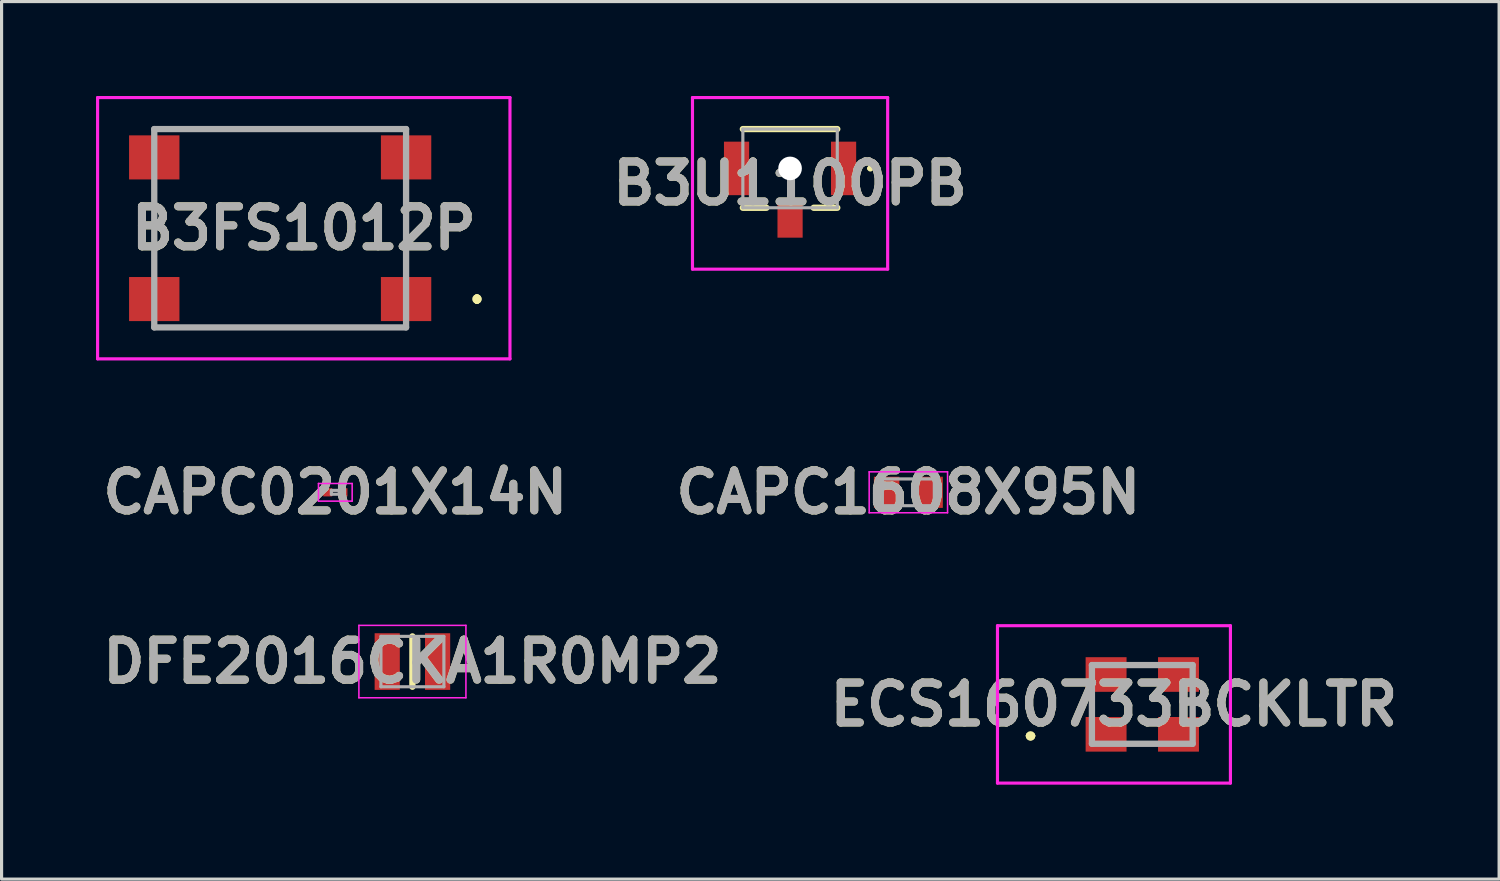
<source format=kicad_pcb>
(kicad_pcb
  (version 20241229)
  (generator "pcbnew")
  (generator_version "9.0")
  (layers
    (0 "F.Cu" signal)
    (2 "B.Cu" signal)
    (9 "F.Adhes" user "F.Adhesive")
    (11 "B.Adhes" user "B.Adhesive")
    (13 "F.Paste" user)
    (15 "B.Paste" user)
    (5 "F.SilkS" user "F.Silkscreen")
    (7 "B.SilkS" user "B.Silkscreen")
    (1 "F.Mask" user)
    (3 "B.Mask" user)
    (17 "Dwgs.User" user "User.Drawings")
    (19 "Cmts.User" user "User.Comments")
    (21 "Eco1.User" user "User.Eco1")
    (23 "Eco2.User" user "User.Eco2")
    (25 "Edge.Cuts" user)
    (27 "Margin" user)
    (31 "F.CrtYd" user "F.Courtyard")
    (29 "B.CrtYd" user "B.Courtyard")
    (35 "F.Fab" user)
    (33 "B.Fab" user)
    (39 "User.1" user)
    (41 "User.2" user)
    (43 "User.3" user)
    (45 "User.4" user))
  (footprint "DFE2016CKA1R0MP2"
    (layer "F.Cu")
    (at 10.051 17.966)
    (property "Reference" "DFE2016CKA1R0MP2" (at 0 0 0) (layer "F.SilkS") (effects (font (size 1.27 1.27) (thickness 0.254))))
    (attr smd)
    (fp_line (start 0 -0.8) (end 0 0.8) (stroke (width 0.2) (type solid)) (layer "F.SilkS"))
    (fp_line (start -1.7 -1.15) (end 1.7 -1.15) (stroke (width 0.05) (type solid)) (layer "F.CrtYd"))
    (fp_line (start -1.7 1.15) (end -1.7 -1.15) (stroke (width 0.05) (type solid)) (layer "F.CrtYd"))
    (fp_line (start 1.7 -1.15) (end 1.7 1.15) (stroke (width 0.05) (type solid)) (layer "F.CrtYd"))
    (fp_line (start 1.7 1.15) (end -1.7 1.15) (stroke (width 0.05) (type solid)) (layer "F.CrtYd"))
    (fp_line (start -1 -0.8) (end 1 -0.8) (stroke (width 0.1) (type solid)) (layer "F.Fab"))
    (fp_line (start -1 0.8) (end -1 -0.8) (stroke (width 0.1) (type solid)) (layer "F.Fab"))
    (fp_line (start 1 -0.8) (end 1 0.8) (stroke (width 0.1) (type solid)) (layer "F.Fab"))
    (fp_line (start 1 0.8) (end -1 0.8) (stroke (width 0.1) (type solid)) (layer "F.Fab"))
    (fp_text user "${REFERENCE}" (at 0 0 0) (layer "F.Fab") (effects (font (size 1.27 1.27) (thickness 0.254))))
    (pad "1" smd rect (at -0.8 0) (size 0.8 1.8) (layers "F.Cu" "F.Mask" "F.Paste"))
    (pad "2" smd rect (at 0.8 0) (size 0.8 1.8) (layers "F.Cu" "F.Mask" "F.Paste")))
  (footprint "B3U1100PB"
    (layer "F.Cu")
    (at 22.048 2.3)
    (property "Reference" "B3U1100PB" (at 0 0.475 0) (layer "F.SilkS") (effects (font (size 1.27 1.27) (thickness 0.254))))
    (attr through_hole)
    (fp_line (start -1.5 -1.25) (end 1.5 -1.25) (stroke (width 0.2) (type solid)) (layer "F.SilkS"))
    (fp_line (start -1.5 1.25) (end -0.75 1.25) (stroke (width 0.2) (type solid)) (layer "F.SilkS"))
    (fp_line (start 0.75 1.25) (end 1.5 1.25) (stroke (width 0.2) (type solid)) (layer "F.SilkS"))
    (fp_line (start 2.5 0) (end 2.5 0) (stroke (width 0.1) (type solid)) (layer "F.SilkS"))
    (fp_line (start 2.6 0) (end 2.6 0) (stroke (width 0.1) (type solid)) (layer "F.SilkS"))
    (fp_arc (start 2.5 0) (mid 2.55 -0.05) (end 2.6 0) (stroke (width 0.1) (type solid)) (layer "F.SilkS"))
    (fp_arc (start 2.6 0) (mid 2.55 0.05) (end 2.5 0) (stroke (width 0.1) (type solid)) (layer "F.SilkS"))
    (fp_line (start -3.1 -2.25) (end 3.1 -2.25) (stroke (width 0.1) (type solid)) (layer "F.CrtYd"))
    (fp_line (start -3.1 3.2) (end -3.1 -2.25) (stroke (width 0.1) (type solid)) (layer "F.CrtYd"))
    (fp_line (start 3.1 -2.25) (end 3.1 3.2) (stroke (width 0.1) (type solid)) (layer "F.CrtYd"))
    (fp_line (start 3.1 3.2) (end -3.1 3.2) (stroke (width 0.1) (type solid)) (layer "F.CrtYd"))
    (fp_line (start -1.5 -1.25) (end 1.5 -1.25) (stroke (width 0.1) (type solid)) (layer "F.Fab"))
    (fp_line (start -1.5 1.25) (end -1.5 -1.25) (stroke (width 0.1) (type solid)) (layer "F.Fab"))
    (fp_line (start 1.5 -1.25) (end 1.5 1.25) (stroke (width 0.1) (type solid)) (layer "F.Fab"))
    (fp_line (start 1.5 1.25) (end -1.5 1.25) (stroke (width 0.1) (type solid)) (layer "F.Fab"))
    (fp_text user "${REFERENCE}" (at 0 0.475 0) (layer "F.Fab") (effects (font (size 1.27 1.27) (thickness 0.254))))
    (pad "" np_thru_hole circle (at 0 0) (size 0.75 0.75) (drill 0.75) (layers "*.Cu" "*.Mask"))
    (pad "1" smd rect (at 1.7 0) (size 0.8 1.7) (layers "F.Cu" "F.Mask" "F.Paste"))
    (pad "2" smd rect (at -1.7 0) (size 0.8 1.7) (layers "F.Cu" "F.Mask" "F.Paste"))
    (pad "3" smd rect (at 0 1.65) (size 0.8 1.1) (layers "F.Cu" "F.Mask" "F.Paste")))
  (footprint "ECS160733BCKLTR"
    (layer "F.Cu")
    (at 33.237 19.327)
    (property "Reference" "ECS160733BCKLTR" (at -0.9 0 0) (layer "F.SilkS") (effects (font (size 1.27 1.27) (thickness 0.254))))
    (attr smd)
    (fp_line (start -3.6 1) (end -3.6 1) (stroke (width 0.2) (type solid)) (layer "F.SilkS"))
    (fp_line (start -3.6 1) (end -3.6 1) (stroke (width 0.2) (type solid)) (layer "F.SilkS"))
    (fp_line (start -3.5 1) (end -3.5 1) (stroke (width 0.2) (type solid)) (layer "F.SilkS"))
    (fp_arc (start -3.6 1) (mid -3.55 0.95) (end -3.5 1) (stroke (width 0.2) (type solid)) (layer "F.SilkS"))
    (fp_arc (start -3.5 1) (mid -3.55 1.05) (end -3.6 1) (stroke (width 0.2) (type solid)) (layer "F.SilkS"))
    (fp_arc (start -3.5 1) (mid -3.55 1.05) (end -3.6 1) (stroke (width 0.2) (type solid)) (layer "F.SilkS"))
    (fp_line (start -4.6 -2.5) (end 2.8 -2.5) (stroke (width 0.1) (type solid)) (layer "F.CrtYd"))
    (fp_line (start -4.6 2.5) (end -4.6 -2.5) (stroke (width 0.1) (type solid)) (layer "F.CrtYd"))
    (fp_line (start 2.8 -2.5) (end 2.8 2.5) (stroke (width 0.1) (type solid)) (layer "F.CrtYd"))
    (fp_line (start 2.8 2.5) (end -4.6 2.5) (stroke (width 0.1) (type solid)) (layer "F.CrtYd"))
    (fp_line (start -1.6 -1.25) (end -1.6 1.25) (stroke (width 0.2) (type solid)) (layer "F.Fab"))
    (fp_line (start -1.6 1.25) (end 1.6 1.25) (stroke (width 0.2) (type solid)) (layer "F.Fab"))
    (fp_line (start 1.6 -1.25) (end -1.6 -1.25) (stroke (width 0.2) (type solid)) (layer "F.Fab"))
    (fp_line (start 1.6 1.25) (end 1.6 -1.25) (stroke (width 0.2) (type solid)) (layer "F.Fab"))
    (fp_text user "${REFERENCE}" (at -0.9 0 0) (layer "F.Fab") (effects (font (size 1.27 1.27) (thickness 0.254))))
    (pad "1" smd rect (at -1.15 0.95 90) (size 1.1 1.3) (layers "F.Cu" "F.Mask" "F.Paste"))
    (pad "2" smd rect (at 1.15 0.95 90) (size 1.1 1.3) (layers "F.Cu" "F.Mask" "F.Paste"))
    (pad "3" smd rect (at 1.15 -0.95 90) (size 1.1 1.3) (layers "F.Cu" "F.Mask" "F.Paste"))
    (pad "4" smd rect (at -1.15 -0.95 90) (size 1.1 1.3) (layers "F.Cu" "F.Mask" "F.Paste")))
  (footprint "CAPC1608X95N"
    (layer "F.Cu")
    (at 25.806 12.589)
    (property "Reference" "CAPC1608X95N" (at 0 0 0) (layer "F.SilkS") (effects (font (size 1.27 1.27) (thickness 0.254))))
    (attr smd)
    (fp_line (start -1.245 -0.65) (end 1.245 -0.65) (stroke (width 0.05) (type solid)) (layer "F.CrtYd"))
    (fp_line (start -1.245 0.65) (end -1.245 -0.65) (stroke (width 0.05) (type solid)) (layer "F.CrtYd"))
    (fp_line (start 1.245 -0.65) (end 1.245 0.65) (stroke (width 0.05) (type solid)) (layer "F.CrtYd"))
    (fp_line (start 1.245 0.65) (end -1.245 0.65) (stroke (width 0.05) (type solid)) (layer "F.CrtYd"))
    (fp_line (start -0.825 -0.425) (end 0.825 -0.425) (stroke (width 0.1) (type solid)) (layer "F.Fab"))
    (fp_line (start -0.825 0.425) (end -0.825 -0.425) (stroke (width 0.1) (type solid)) (layer "F.Fab"))
    (fp_line (start 0.825 -0.425) (end 0.825 0.425) (stroke (width 0.1) (type solid)) (layer "F.Fab"))
    (fp_line (start 0.825 0.425) (end -0.825 0.425) (stroke (width 0.1) (type solid)) (layer "F.Fab"))
    (fp_text user "${REFERENCE}" (at 0 0 0) (layer "F.Fab") (effects (font (size 1.27 1.27) (thickness 0.254))))
    (pad "1" smd rect (at -0.69 0) (size 0.81 0.99) (layers "F.Cu" "F.Mask" "F.Paste"))
    (pad "2" smd rect (at 0.69 0) (size 0.81 0.99) (layers "F.Cu" "F.Mask" "F.Paste")))
  (footprint "B3FS1012P"
    (layer "F.Cu")
    (at 5.85 4.2)
    (property "Reference" "B3FS1012P" (at 0.75 0 0) (layer "F.SilkS") (effects (font (size 1.27 1.27) (thickness 0.254))))
    (attr smd)
    (fp_line (start -4 -1) (end -4 -1) (stroke (width 0.1) (type solid)) (layer "F.SilkS"))
    (fp_line (start -4 -1) (end -4 1) (stroke (width 0.1) (type solid)) (layer "F.SilkS"))
    (fp_line (start -4 1) (end -4 -1) (stroke (width 0.1) (type solid)) (layer "F.SilkS"))
    (fp_line (start -4 1) (end -4 1) (stroke (width 0.1) (type solid)) (layer "F.SilkS"))
    (fp_line (start -2.5 3.15) (end -2.5 3.15) (stroke (width 0.1) (type solid)) (layer "F.SilkS"))
    (fp_line (start -2.5 3.15) (end 2.5 3.15) (stroke (width 0.1) (type solid)) (layer "F.SilkS"))
    (fp_line (start -2.25 -3.15) (end -2.25 -3.15) (stroke (width 0.1) (type solid)) (layer "F.SilkS"))
    (fp_line (start -2.25 -3.15) (end 2.5 -3.15) (stroke (width 0.1) (type solid)) (layer "F.SilkS"))
    (fp_line (start 2.5 -3.15) (end -2.25 -3.15) (stroke (width 0.1) (type solid)) (layer "F.SilkS"))
    (fp_line (start 2.5 -3.15) (end 2.5 -3.15) (stroke (width 0.1) (type solid)) (layer "F.SilkS"))
    (fp_line (start 2.5 3.15) (end -2.5 3.15) (stroke (width 0.1) (type solid)) (layer "F.SilkS"))
    (fp_line (start 2.5 3.15) (end 2.5 3.15) (stroke (width 0.1) (type solid)) (layer "F.SilkS"))
    (fp_line (start 4 -1) (end 4 -1) (stroke (width 0.1) (type solid)) (layer "F.SilkS"))
    (fp_line (start 4 -1) (end 4 1) (stroke (width 0.1) (type solid)) (layer "F.SilkS"))
    (fp_line (start 4 1) (end 4 -1) (stroke (width 0.1) (type solid)) (layer "F.SilkS"))
    (fp_line (start 4 1) (end 4 1) (stroke (width 0.1) (type solid)) (layer "F.SilkS"))
    (fp_line (start 6.25 2.2) (end 6.25 2.2) (stroke (width 0.2) (type solid)) (layer "F.SilkS"))
    (fp_line (start 6.25 2.3) (end 6.25 2.3) (stroke (width 0.2) (type solid)) (layer "F.SilkS"))
    (fp_line (start 6.25 2.3) (end 6.25 2.3) (stroke (width 0.2) (type solid)) (layer "F.SilkS"))
    (fp_arc (start 6.25 2.2) (mid 6.3 2.25) (end 6.25 2.3) (stroke (width 0.2) (type solid)) (layer "F.SilkS"))
    (fp_arc (start 6.25 2.2) (mid 6.3 2.25) (end 6.25 2.3) (stroke (width 0.2) (type solid)) (layer "F.SilkS"))
    (fp_arc (start 6.25 2.3) (mid 6.2 2.25) (end 6.25 2.2) (stroke (width 0.2) (type solid)) (layer "F.SilkS"))
    (fp_line (start -5.8 -4.15) (end 7.3 -4.15) (stroke (width 0.1) (type solid)) (layer "F.CrtYd"))
    (fp_line (start -5.8 4.15) (end -5.8 -4.15) (stroke (width 0.1) (type solid)) (layer "F.CrtYd"))
    (fp_line (start 7.3 -4.15) (end 7.3 4.15) (stroke (width 0.1) (type solid)) (layer "F.CrtYd"))
    (fp_line (start 7.3 4.15) (end -5.8 4.15) (stroke (width 0.1) (type solid)) (layer "F.CrtYd"))
    (fp_line (start -4 -3.15) (end -4 3.15) (stroke (width 0.2) (type solid)) (layer "F.Fab"))
    (fp_line (start -4 3.15) (end 4 3.15) (stroke (width 0.2) (type solid)) (layer "F.Fab"))
    (fp_line (start 4 -3.15) (end -4 -3.15) (stroke (width 0.2) (type solid)) (layer "F.Fab"))
    (fp_line (start 4 3.15) (end 4 -3.15) (stroke (width 0.2) (type solid)) (layer "F.Fab"))
    (fp_text user "${REFERENCE}" (at 0.75 0 0) (layer "F.Fab") (effects (font (size 1.27 1.27) (thickness 0.254))))
    (pad "1" smd rect (at 4 2.25 90) (size 1.4 1.6) (layers "F.Cu" "F.Mask" "F.Paste"))
    (pad "2" smd rect (at -4 2.25 90) (size 1.4 1.6) (layers "F.Cu" "F.Mask" "F.Paste"))
    (pad "3" smd rect (at 4 -2.25 90) (size 1.4 1.6) (layers "F.Cu" "F.Mask" "F.Paste"))
    (pad "4" smd rect (at -4 -2.25 90) (size 1.4 1.6) (layers "F.Cu" "F.Mask" "F.Paste")))
  (footprint "CAPC0201X14N"
    (layer "F.Cu")
    (at 7.602 12.589)
    (property "Reference" "CAPC0201X14N" (at 0 0 0) (layer "F.SilkS") (effects (font (size 1.27 1.27) (thickness 0.254))))
    (attr smd)
    (fp_line (start -0.535 -0.28) (end 0.535 -0.28) (stroke (width 0.05) (type solid)) (layer "F.CrtYd"))
    (fp_line (start -0.535 0.28) (end -0.535 -0.28) (stroke (width 0.05) (type solid)) (layer "F.CrtYd"))
    (fp_line (start 0.535 -0.28) (end 0.535 0.28) (stroke (width 0.05) (type solid)) (layer "F.CrtYd"))
    (fp_line (start 0.535 0.28) (end -0.535 0.28) (stroke (width 0.05) (type solid)) (layer "F.CrtYd"))
    (fp_line (start -0.125 -0.062) (end 0.125 -0.062) (stroke (width 0.1) (type solid)) (layer "F.Fab"))
    (fp_line (start -0.125 0.062) (end -0.125 -0.062) (stroke (width 0.1) (type solid)) (layer "F.Fab"))
    (fp_line (start 0.125 -0.062) (end 0.125 0.062) (stroke (width 0.1) (type solid)) (layer "F.Fab"))
    (fp_line (start 0.125 0.062) (end -0.125 0.062) (stroke (width 0.1) (type solid)) (layer "F.Fab"))
    (fp_text user "${REFERENCE}" (at 0 0 0) (layer "F.Fab") (effects (font (size 1.27 1.27) (thickness 0.254))))
    (pad "1" smd rect (at -0.242 0 90) (size 0.26 0.285) (layers "F.Cu" "F.Mask" "F.Paste"))
    (pad "2" smd rect (at 0.242 0 90) (size 0.26 0.285) (layers "F.Cu" "F.Mask" "F.Paste")))
  (gr_rect
    (start -3 -3)
    (end 44.572 24.877)
    (stroke (width 0.1) (type default))
    (fill no)
    (layer "Edge.Cuts")))
</source>
